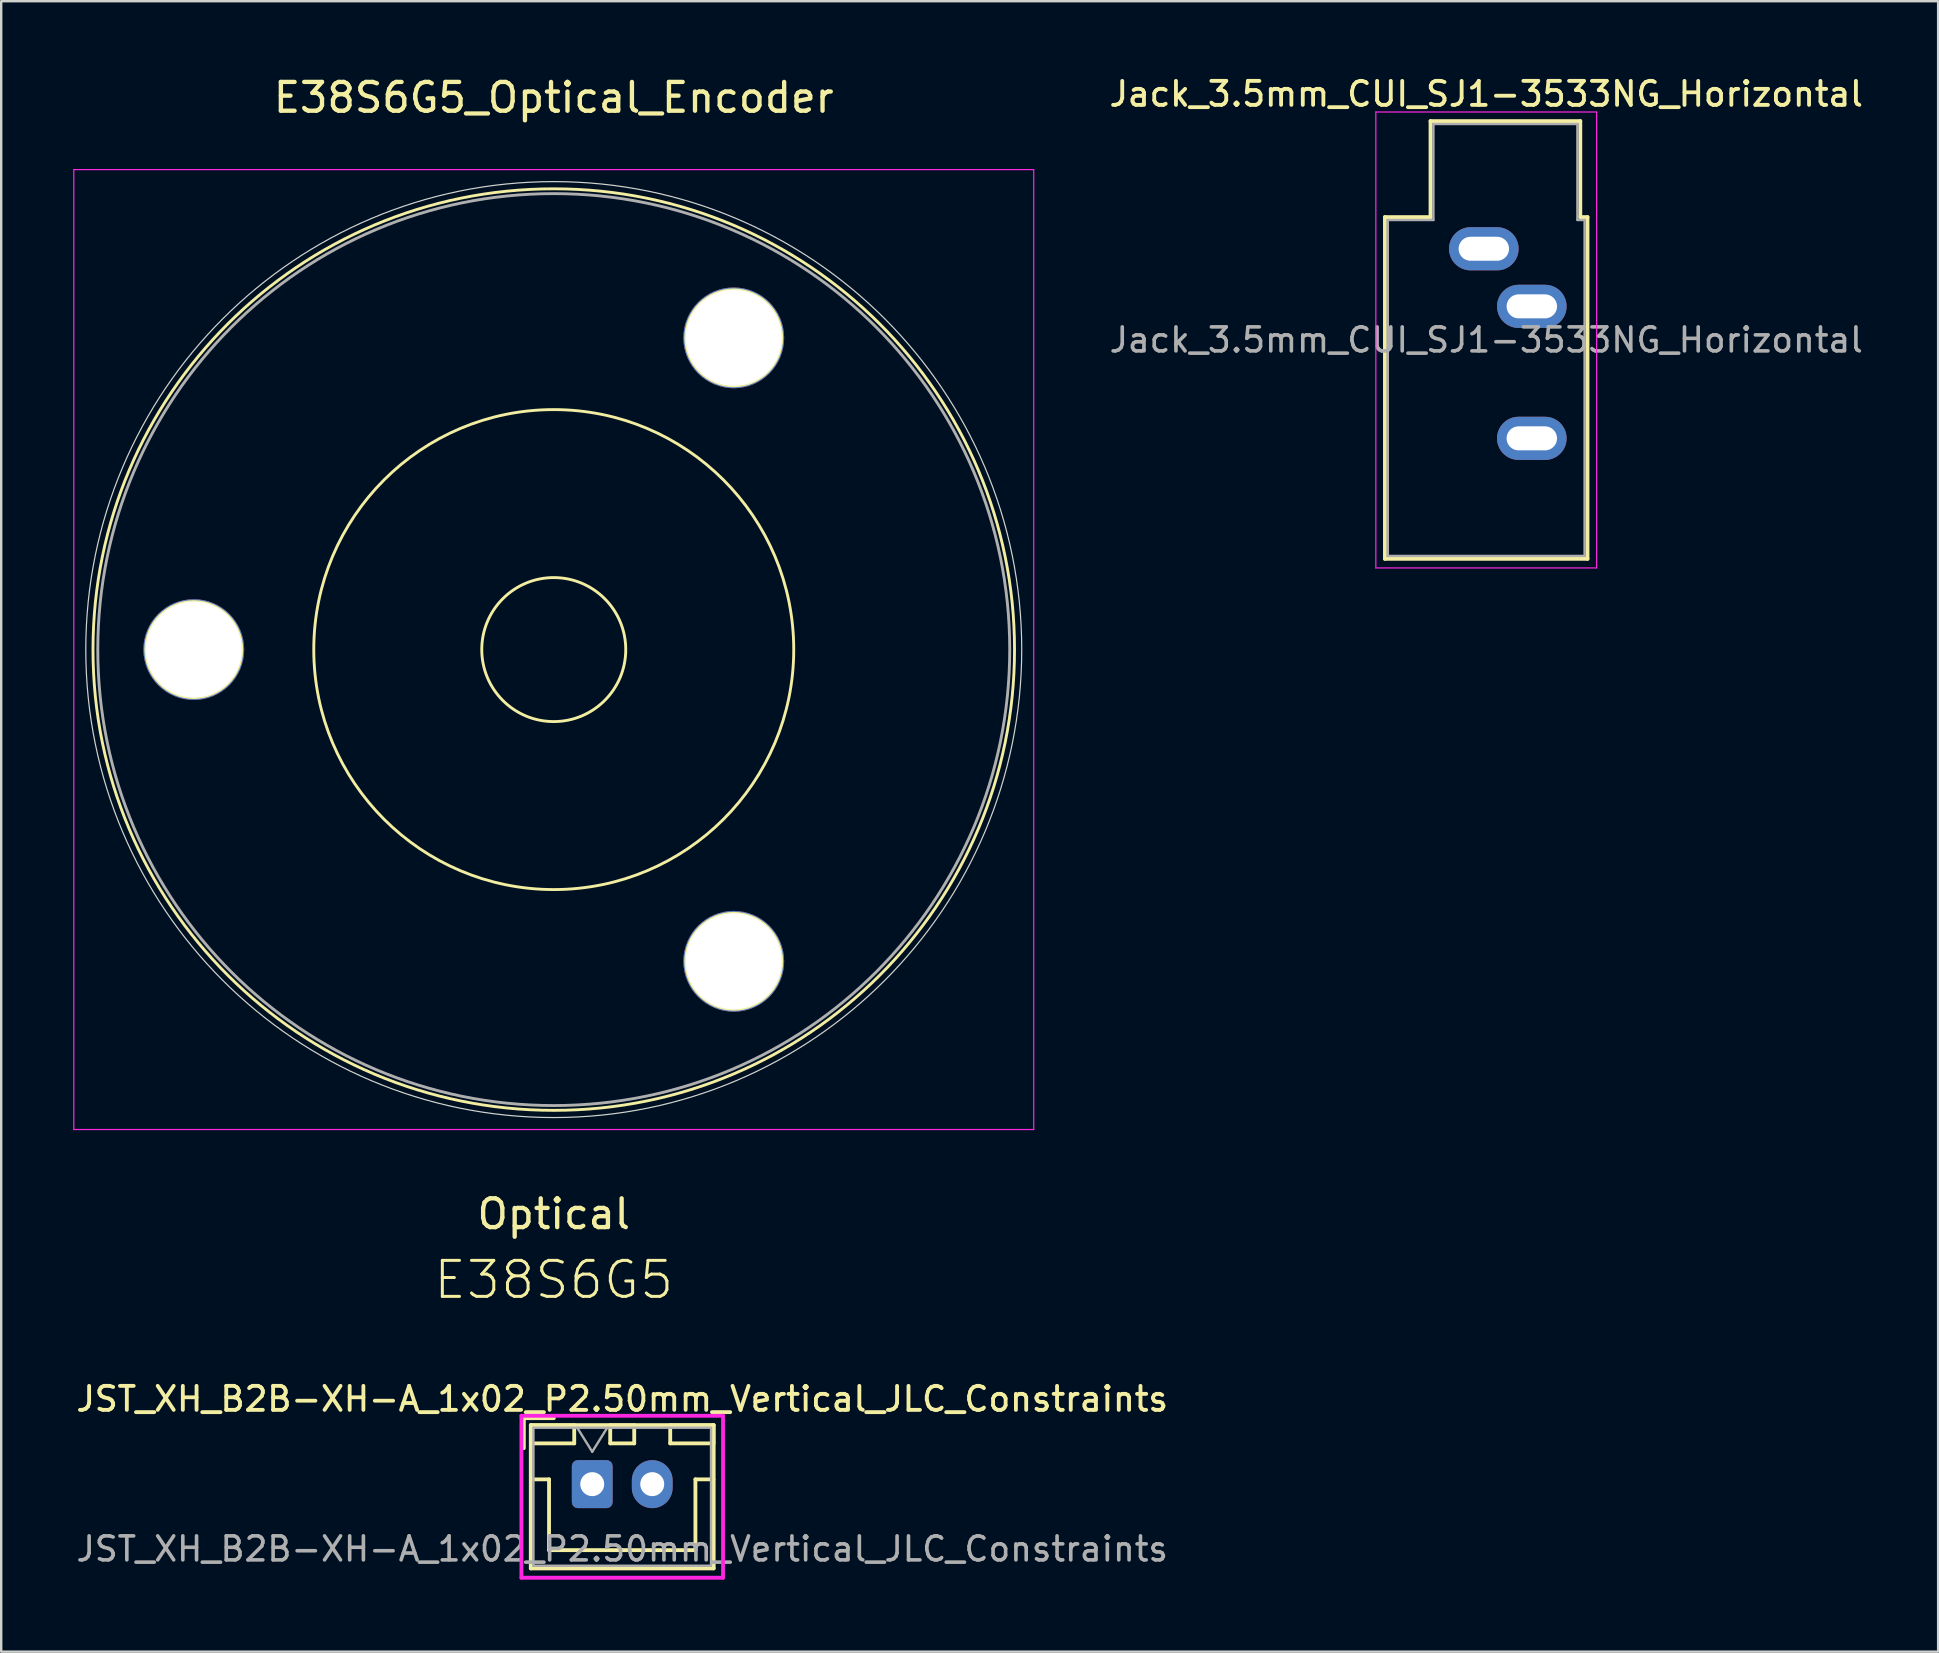
<source format=kicad_pcb>
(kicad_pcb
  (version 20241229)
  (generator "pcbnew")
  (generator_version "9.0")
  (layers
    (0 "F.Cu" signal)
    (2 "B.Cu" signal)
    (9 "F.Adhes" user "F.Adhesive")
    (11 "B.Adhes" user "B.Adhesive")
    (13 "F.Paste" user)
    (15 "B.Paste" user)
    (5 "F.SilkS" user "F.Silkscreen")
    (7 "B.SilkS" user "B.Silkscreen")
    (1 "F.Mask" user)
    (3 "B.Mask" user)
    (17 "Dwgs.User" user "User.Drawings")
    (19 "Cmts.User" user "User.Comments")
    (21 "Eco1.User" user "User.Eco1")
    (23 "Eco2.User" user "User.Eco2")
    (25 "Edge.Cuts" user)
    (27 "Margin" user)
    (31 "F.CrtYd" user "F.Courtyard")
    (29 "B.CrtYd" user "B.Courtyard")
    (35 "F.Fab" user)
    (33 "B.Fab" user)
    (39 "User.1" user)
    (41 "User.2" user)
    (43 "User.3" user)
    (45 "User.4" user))
  (footprint "Jack_3.5mm_CUI_SJ1-3533NG_Horizontal"
    (layer "F.Cu")
    (at 58.78 7.316)
    (property "Reference" "Jack_3.5mm_CUI_SJ1-3533NG_Horizontal" (at 0.1 -6.45 0) (layer "F.SilkS") (effects (font (size 1 1) (thickness 0.16))))
    (attr through_hole)
    (fp_line (start -4.12 -1.32) (end -2.22 -1.32) (stroke (width 0.16) (type solid)) (layer "F.SilkS"))
    (fp_line (start -4.12 12.92) (end -4.12 -1.32) (stroke (width 0.16) (type solid)) (layer "F.SilkS"))
    (fp_line (start -2.22 -5.32) (end 4.02 -5.32) (stroke (width 0.16) (type solid)) (layer "F.SilkS"))
    (fp_line (start -2.22 -1.32) (end -2.22 -5.32) (stroke (width 0.16) (type solid)) (layer "F.SilkS"))
    (fp_line (start 4.02 -5.32) (end 4.02 -1.32) (stroke (width 0.16) (type solid)) (layer "F.SilkS"))
    (fp_line (start 4.02 -1.32) (end 4.32 -1.32) (stroke (width 0.16) (type solid)) (layer "F.SilkS"))
    (fp_line (start 4.32 -1.32) (end 4.32 12.92) (stroke (width 0.16) (type solid)) (layer "F.SilkS"))
    (fp_line (start 4.32 12.92) (end -4.12 12.92) (stroke (width 0.16) (type solid)) (layer "F.SilkS"))
    (fp_line (start -4.5 -5.7) (end -4.5 13.3) (stroke (width 0.05) (type solid)) (layer "F.CrtYd"))
    (fp_line (start -4.5 13.3) (end 4.7 13.3) (stroke (width 0.05) (type solid)) (layer "F.CrtYd"))
    (fp_line (start 4.7 -5.7) (end -4.5 -5.7) (stroke (width 0.05) (type solid)) (layer "F.CrtYd"))
    (fp_line (start 4.7 13.3) (end 4.7 -5.7) (stroke (width 0.05) (type solid)) (layer "F.CrtYd"))
    (fp_line (start -4 -1.2) (end -2.1 -1.2) (stroke (width 0.1) (type solid)) (layer "F.Fab"))
    (fp_line (start -4 12.8) (end -4 -1.2) (stroke (width 0.1) (type solid)) (layer "F.Fab"))
    (fp_line (start -2.1 -5.2) (end 3.9 -5.2) (stroke (width 0.1) (type solid)) (layer "F.Fab"))
    (fp_line (start -2.1 -1.2) (end -2.1 -5.2) (stroke (width 0.1) (type solid)) (layer "F.Fab"))
    (fp_line (start 3.9 -5.2) (end 3.9 -1.2) (stroke (width 0.1) (type solid)) (layer "F.Fab"))
    (fp_line (start 3.9 -1.2) (end 4.2 -1.2) (stroke (width 0.1) (type solid)) (layer "F.Fab"))
    (fp_line (start 4.2 -1.2) (end 4.2 12.8) (stroke (width 0.1) (type solid)) (layer "F.Fab"))
    (fp_line (start 4.2 12.8) (end -4 12.8) (stroke (width 0.1) (type solid)) (layer "F.Fab"))
    (fp_text user "${REFERENCE}" (at 0.1 3.8 0) (layer "F.Fab") (effects (font (size 1 1) (thickness 0.15))))
    (pad "R" thru_hole oval (at 2 7.9) (size 2.9 1.8) (drill oval 2.1 1) (layers "*.Cu" "*.Mask"))
    (pad "S" thru_hole oval (at 0 0) (size 2.9 1.8) (drill oval 2.1 1) (layers "*.Cu" "*.Mask"))
    (pad "T" thru_hole oval (at 2 2.4) (size 2.9 1.8) (drill oval 2.1 1) (layers "*.Cu" "*.Mask")))
  (footprint "JST_XH_B2B-XH-A_1x02_P2.50mm_Vertical_JLC_Constraints"
    (layer "F.Cu")
    (at 21.628 58.794)
    (property "Reference" "JST_XH_B2B-XH-A_1x02_P2.50mm_Vertical_JLC_Constraints" (at 1.25 -3.55 0) (layer "F.SilkS") (effects (font (size 1 1) (thickness 0.16))))
    (attr through_hole)
    (fp_line (start -2.85 -2.75) (end -2.85 -1.5) (stroke (width 0.16) (type solid)) (layer "F.SilkS"))
    (fp_line (start -2.56 -2.46) (end -2.56 3.51) (stroke (width 0.16) (type solid)) (layer "F.SilkS"))
    (fp_line (start -2.56 3.51) (end 5.06 3.51) (stroke (width 0.16) (type solid)) (layer "F.SilkS"))
    (fp_line (start -2.55 -2.45) (end -2.55 -1.7) (stroke (width 0.16) (type solid)) (layer "F.SilkS"))
    (fp_line (start -2.55 -1.7) (end -0.75 -1.7) (stroke (width 0.16) (type solid)) (layer "F.SilkS"))
    (fp_line (start -2.55 -0.2) (end -1.8 -0.2) (stroke (width 0.16) (type solid)) (layer "F.SilkS"))
    (fp_line (start -1.8 -0.2) (end -1.8 2.75) (stroke (width 0.16) (type solid)) (layer "F.SilkS"))
    (fp_line (start -1.8 2.75) (end 1.25 2.75) (stroke (width 0.16) (type solid)) (layer "F.SilkS"))
    (fp_line (start -1.6 -2.75) (end -2.85 -2.75) (stroke (width 0.16) (type solid)) (layer "F.SilkS"))
    (fp_line (start -0.75 -2.45) (end -2.55 -2.45) (stroke (width 0.16) (type solid)) (layer "F.SilkS"))
    (fp_line (start -0.75 -1.7) (end -0.75 -2.45) (stroke (width 0.16) (type solid)) (layer "F.SilkS"))
    (fp_line (start 0.75 -2.45) (end 0.75 -1.7) (stroke (width 0.16) (type solid)) (layer "F.SilkS"))
    (fp_line (start 0.75 -1.7) (end 1.75 -1.7) (stroke (width 0.16) (type solid)) (layer "F.SilkS"))
    (fp_line (start 1.75 -2.45) (end 0.75 -2.45) (stroke (width 0.16) (type solid)) (layer "F.SilkS"))
    (fp_line (start 1.75 -1.7) (end 1.75 -2.45) (stroke (width 0.16) (type solid)) (layer "F.SilkS"))
    (fp_line (start 3.25 -2.45) (end 3.25 -1.7) (stroke (width 0.16) (type solid)) (layer "F.SilkS"))
    (fp_line (start 3.25 -1.7) (end 5.05 -1.7) (stroke (width 0.16) (type solid)) (layer "F.SilkS"))
    (fp_line (start 4.3 -0.2) (end 4.3 2.75) (stroke (width 0.16) (type solid)) (layer "F.SilkS"))
    (fp_line (start 4.3 2.75) (end 1.25 2.75) (stroke (width 0.16) (type solid)) (layer "F.SilkS"))
    (fp_line (start 5.05 -2.45) (end 3.25 -2.45) (stroke (width 0.16) (type solid)) (layer "F.SilkS"))
    (fp_line (start 5.05 -1.7) (end 5.05 -2.45) (stroke (width 0.16) (type solid)) (layer "F.SilkS"))
    (fp_line (start 5.05 -0.2) (end 4.3 -0.2) (stroke (width 0.16) (type solid)) (layer "F.SilkS"))
    (fp_line (start 5.06 -2.46) (end -2.56 -2.46) (stroke (width 0.16) (type solid)) (layer "F.SilkS"))
    (fp_line (start 5.06 3.51) (end 5.06 -2.46) (stroke (width 0.16) (type solid)) (layer "F.SilkS"))
    (fp_line (start -2.95 -2.85) (end -2.95 3.9) (stroke (width 0.16) (type solid)) (layer "F.CrtYd"))
    (fp_line (start -2.95 3.9) (end 5.45 3.9) (stroke (width 0.16) (type solid)) (layer "F.CrtYd"))
    (fp_line (start 5.45 -2.85) (end -2.95 -2.85) (stroke (width 0.16) (type solid)) (layer "F.CrtYd"))
    (fp_line (start 5.45 3.9) (end 5.45 -2.85) (stroke (width 0.16) (type solid)) (layer "F.CrtYd"))
    (fp_line (start -2.45 -2.35) (end -2.45 3.4) (stroke (width 0.1) (type solid)) (layer "F.Fab"))
    (fp_line (start -2.45 3.4) (end 4.95 3.4) (stroke (width 0.1) (type solid)) (layer "F.Fab"))
    (fp_line (start -0.625 -2.35) (end 0 -1.35) (stroke (width 0.1) (type solid)) (layer "F.Fab"))
    (fp_line (start 0 -1.35) (end 0.625 -2.35) (stroke (width 0.1) (type solid)) (layer "F.Fab"))
    (fp_line (start 4.95 -2.35) (end -2.45 -2.35) (stroke (width 0.1) (type solid)) (layer "F.Fab"))
    (fp_line (start 4.95 3.4) (end 4.95 -2.35) (stroke (width 0.1) (type solid)) (layer "F.Fab"))
    (fp_text user "${REFERENCE}" (at 1.25 2.7 0) (layer "F.Fab") (effects (font (size 1 1) (thickness 0.15))))
    (pad "1" thru_hole roundrect (at 0 0) (size 1.7 2) (drill 1) (layers "*.Cu" "*.Mask") (roundrect_rratio 0.147))
    (pad "2" thru_hole oval (at 2.5 0) (size 1.7 2) (drill 1) (layers "*.Cu" "*.Mask")))
  (footprint "E38S6G5_Optical_Encoder"
    (layer "F.Cu")
    (at 20.025 24.018)
    (property "Reference" "E38S6G5_Optical_Encoder" (at 0 -23 0) (layer "F.SilkS") (effects (font (size 1.2 1.2) (thickness 0.18))))
    (attr through_hole)
    (fp_circle (center -15 0) (end -13 0) (stroke (width 0.12) (type solid)) (fill no) (layer "F.SilkS"))
    (fp_circle (center 0 0) (end 3 0) (stroke (width 0.12) (type solid)) (fill no) (layer "F.SilkS"))
    (fp_circle (center 0 0) (end 10 0) (stroke (width 0.12) (type solid)) (fill no) (layer "F.SilkS"))
    (fp_circle (center 0 0) (end 19.2 0) (stroke (width 0.12) (type solid)) (fill no) (layer "F.SilkS"))
    (fp_circle (center 7.5 -12.99) (end 9.5 -12.99) (stroke (width 0.12) (type solid)) (fill no) (layer "F.SilkS"))
    (fp_circle (center 7.5 12.99) (end 9.5 12.99) (stroke (width 0.12) (type solid)) (fill no) (layer "F.SilkS"))
    (fp_circle (center 0 0) (end 19.5 0) (stroke (width 0.05) (type solid)) (fill no) (layer "Edge.Cuts"))
    (fp_line (start -20 -20) (end 20 -20) (stroke (width 0.05) (type solid)) (layer "F.CrtYd"))
    (fp_line (start -20 20) (end -20 -20) (stroke (width 0.05) (type solid)) (layer "F.CrtYd"))
    (fp_line (start 20 -20) (end 20 20) (stroke (width 0.05) (type solid)) (layer "F.CrtYd"))
    (fp_line (start 20 20) (end -20 20) (stroke (width 0.05) (type solid)) (layer "F.CrtYd"))
    (fp_circle (center 0 0) (end 19 0) (stroke (width 0.12) (type solid)) (fill no) (layer "F.Fab"))
    (fp_text user "E38S6G5" (at 0 26.264 0) (layer "F.SilkS") (effects (font (size 1.5 1.5) (thickness 0.125))))
    (fp_text user "Optical" (at 0 23.52 0) (layer "F.SilkS") (effects (font (size 1.2 1.2) (thickness 0.18))))
    (pad "" np_thru_hole circle (at -15 0) (size 4.2 4.2) (drill 4) (layers "*.Cu" "*.Mask"))
    (pad "" np_thru_hole circle (at 7.5 -12.99) (size 4.2 4.2) (drill 4) (layers "*.Cu" "*.Mask"))
    (pad "" np_thru_hole circle (at 7.5 12.99) (size 4.2 4.2) (drill 4) (layers "*.Cu" "*.Mask")))
  (gr_rect
    (start -3 -3)
    (end 77.711 65.774)
    (stroke (width 0.1) (type default))
    (fill no)
    (layer "Edge.Cuts")))
</source>
